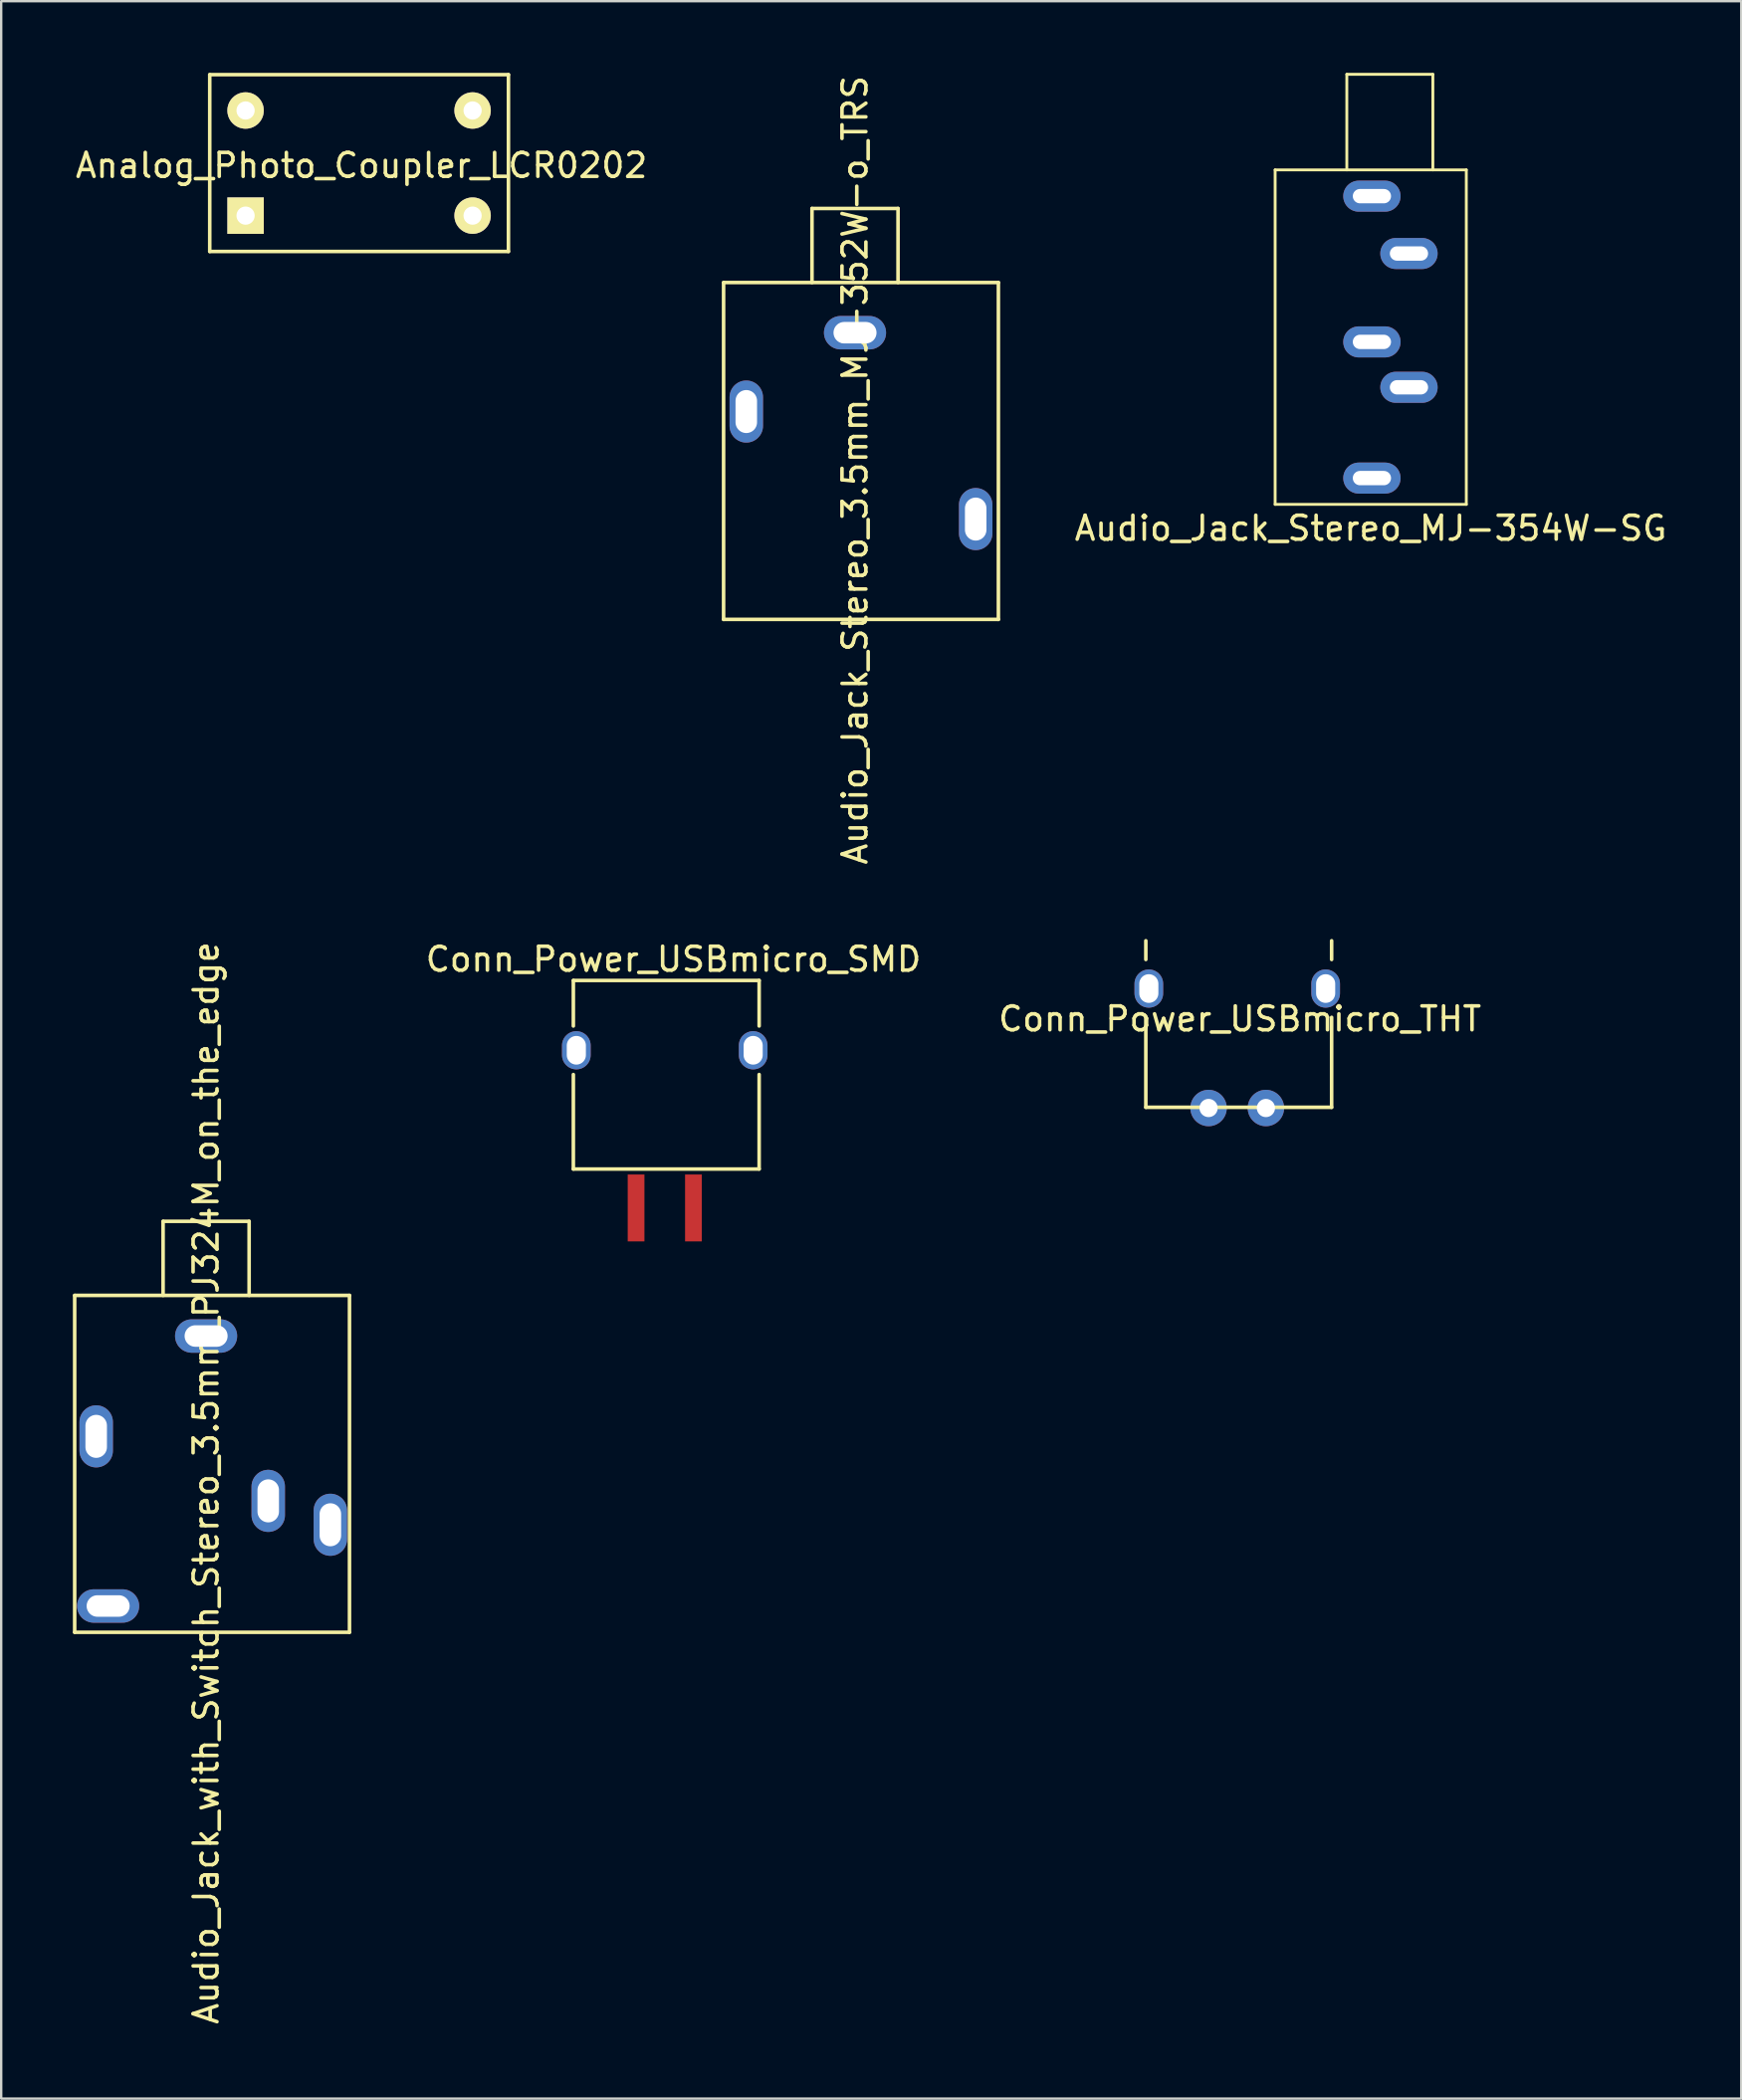
<source format=kicad_pcb>
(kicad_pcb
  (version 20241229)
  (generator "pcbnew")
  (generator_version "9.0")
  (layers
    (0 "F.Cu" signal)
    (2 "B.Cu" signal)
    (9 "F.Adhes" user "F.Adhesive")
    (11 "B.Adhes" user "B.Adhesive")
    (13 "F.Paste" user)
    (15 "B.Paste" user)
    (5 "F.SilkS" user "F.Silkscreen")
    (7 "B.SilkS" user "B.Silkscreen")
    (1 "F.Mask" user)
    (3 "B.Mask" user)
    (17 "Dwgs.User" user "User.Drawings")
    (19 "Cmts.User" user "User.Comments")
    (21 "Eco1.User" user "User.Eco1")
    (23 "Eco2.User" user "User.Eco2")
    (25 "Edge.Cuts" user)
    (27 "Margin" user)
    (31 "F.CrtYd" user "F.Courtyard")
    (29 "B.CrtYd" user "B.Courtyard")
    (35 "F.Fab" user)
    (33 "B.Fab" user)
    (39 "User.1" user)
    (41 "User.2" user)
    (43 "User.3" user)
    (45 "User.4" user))
  (footprint "Analog_Photo_Coupler_LCR0202"
    (layer "F.Cu")
    (at 5.727 7.475)
    (property "Reference" "Analog_Photo_Coupler_LCR0202" (at 6.35 -3.6 0) (layer "F.SilkS") (effects (font (size 1 1) (thickness 0.15))))
    (attr through_hole)
    (fp_line (start 0 -7.4) (end 12.5 -7.4) (stroke (width 0.15) (type solid)) (layer "F.SilkS"))
    (fp_line (start 0 0) (end 0 -7.4) (stroke (width 0.15) (type solid)) (layer "F.SilkS"))
    (fp_line (start 0 0) (end 12.5 0) (stroke (width 0.15) (type solid)) (layer "F.SilkS"))
    (fp_line (start 12.5 0) (end 12.5 -7.4) (stroke (width 0.15) (type solid)) (layer "F.SilkS"))
    (pad "1" thru_hole rect (at 1.5 -1.5) (size 1.524 1.524) (drill 0.762) (layers "*.Cu" "*.Mask" "F.SilkS"))
    (pad "2" thru_hole circle (at 1.5 -5.9) (size 1.524 1.524) (drill 0.762) (layers "*.Cu" "*.Mask" "F.SilkS"))
    (pad "3" thru_hole circle (at 11 -5.9) (size 1.524 1.524) (drill 0.762) (layers "*.Cu" "*.Mask" "F.SilkS"))
    (pad "4" thru_hole circle (at 11 -1.5) (size 1.524 1.524) (drill 0.762) (layers "*.Cu" "*.Mask" "F.SilkS")))
  (footprint "Audio_Jack_Stereo_3.5mm_MJ-352W-o_TRS"
    (layer "F.Cu")
    (at 32.73 10.875)
    (property "Reference" "Audio_Jack_Stereo_3.5mm_MJ-352W-o_TRS" (at 0 5.75 90) (layer "F.SilkS") (effects (font (size 1 1) (thickness 0.15))))
    (attr through_hole)
    (fp_line (start -5.5 -2.1) (end -5.5 12) (stroke (width 0.15) (type solid)) (layer "F.SilkS"))
    (fp_line (start -5.5 12) (end 6 12) (stroke (width 0.15) (type solid)) (layer "F.SilkS"))
    (fp_line (start -1.8 -5.2) (end 1.8 -5.2) (stroke (width 0.15) (type solid)) (layer "F.SilkS"))
    (fp_line (start -1.8 -2.1) (end -1.8 -5.2) (stroke (width 0.15) (type solid)) (layer "F.SilkS"))
    (fp_line (start 1.8 -5.2) (end 1.8 -2.1) (stroke (width 0.15) (type solid)) (layer "F.SilkS"))
    (fp_line (start 6 -2.1) (end -5.5 -2.1) (stroke (width 0.15) (type solid)) (layer "F.SilkS"))
    (fp_line (start 6 -2.1) (end 6 12) (stroke (width 0.15) (type solid)) (layer "F.SilkS"))
    (pad "R" thru_hole oval (at 5.05 7.8 90) (size 2.6 1.4) (drill oval 1.8 0.9) (layers "*.Cu" "*.Mask"))
    (pad "S" thru_hole oval (at 0 0) (size 2.6 1.4) (drill oval 1.8 0.9) (layers "*.Cu" "*.Mask"))
    (pad "T" thru_hole oval (at -4.55 3.3 90) (size 2.6 1.4) (drill oval 1.8 0.9) (layers "*.Cu" "*.Mask")))
  (footprint "Conn_Power_USBmicro_SMD"
    (layer "F.Cu")
    (at 21.068 40.908)
    (property "Reference" "Conn_Power_USBmicro_SMD" (at 4.064 -3.81 0) (layer "F.SilkS") (effects (font (size 1 1) (thickness 0.15))))
    (attr through_hole)
    (fp_line (start -0.125 -2.92) (end -0.125 -1.016) (stroke (width 0.15) (type solid)) (layer "F.SilkS"))
    (fp_line (start -0.125 1.016) (end -0.125 4.97) (stroke (width 0.15) (type solid)) (layer "F.SilkS"))
    (fp_line (start 7.65 -2.92) (end -0.125 -2.92) (stroke (width 0.15) (type solid)) (layer "F.SilkS"))
    (fp_line (start 7.65 -2.92) (end 7.65 -1.016) (stroke (width 0.15) (type solid)) (layer "F.SilkS"))
    (fp_line (start 7.65 1.016) (end 7.65 4.97) (stroke (width 0.15) (type solid)) (layer "F.SilkS"))
    (fp_line (start 7.65 4.97) (end -0.125 4.97) (stroke (width 0.15) (type solid)) (layer "F.SilkS"))
    (pad "1" smd rect (at 4.9 6.6) (size 0.7 2.8) (layers "F.Cu" "F.Mask" "F.Paste"))
    (pad "2" smd rect (at 2.5 6.6) (size 0.7 2.8) (layers "F.Cu" "F.Mask" "F.Paste"))
    (pad "3" thru_hole oval (at 0 0) (size 1.2 1.6) (drill oval 0.8 1.2) (layers "*.Cu" "*.Mask"))
    (pad "3" thru_hole oval (at 7.4 0) (size 1.2 1.6) (drill oval 0.8 1.2) (layers "*.Cu" "*.Mask")))
  (footprint "Conn_Power_USBmicro_THT"
    (layer "F.Cu")
    (at 45.025 38.325)
    (property "Reference" "Conn_Power_USBmicro_THT" (at 3.81 1.27 0) (layer "F.SilkS") (effects (font (size 1 1) (thickness 0.15))))
    (attr through_hole)
    (fp_line (start -0.125 -1.216) (end -0.125 -2) (stroke (width 0.15) (type solid)) (layer "F.SilkS"))
    (fp_line (start -0.125 1.206) (end -0.125 4.97) (stroke (width 0.15) (type solid)) (layer "F.SilkS"))
    (fp_line (start 7.65 -1.216) (end 7.65 -2) (stroke (width 0.15) (type solid)) (layer "F.SilkS"))
    (fp_line (start 7.65 1.206) (end 7.65 4.97) (stroke (width 0.15) (type solid)) (layer "F.SilkS"))
    (fp_line (start 7.65 4.97) (end -0.125 4.97) (stroke (width 0.15) (type solid)) (layer "F.SilkS"))
    (pad "1" thru_hole circle (at 4.9 5) (size 1.524 1.524) (drill 0.762) (layers "*.Cu" "*.Mask"))
    (pad "2" thru_hole circle (at 2.5 5) (size 1.524 1.524) (drill 0.762) (layers "*.Cu" "*.Mask"))
    (pad "3" thru_hole oval (at 0 0) (size 1.2 1.6) (drill oval 0.8 1.2) (layers "*.Cu" "*.Mask"))
    (pad "3" thru_hole oval (at 7.4 0) (size 1.2 1.6) (drill oval 0.8 1.2) (layers "*.Cu" "*.Mask")))
  (footprint "Audio_Jack_Stereo_MJ-354W-SG"
    (layer "F.Cu")
    (at 54.361 5.16)
    (property "Reference" "Audio_Jack_Stereo_MJ-354W-SG" (at -0.05 13.9 0) (layer "F.SilkS") (effects (font (size 1 1) (thickness 0.15))))
    (attr through_hole)
    (fp_line (start -4.05 -1.1) (end 3.95 -1.1) (stroke (width 0.12) (type solid)) (layer "F.SilkS"))
    (fp_line (start -4.05 12.9) (end -4.05 -1.1) (stroke (width 0.12) (type solid)) (layer "F.SilkS"))
    (fp_line (start -1.05 -5.1) (end 2.55 -5.1) (stroke (width 0.12) (type solid)) (layer "F.SilkS"))
    (fp_line (start -1.05 -1.1) (end -1.05 -5.1) (stroke (width 0.12) (type solid)) (layer "F.SilkS"))
    (fp_line (start 2.55 -5.1) (end 2.55 -1.1) (stroke (width 0.12) (type solid)) (layer "F.SilkS"))
    (fp_line (start 3.95 -1.1) (end 3.95 12.9) (stroke (width 0.12) (type solid)) (layer "F.SilkS"))
    (fp_line (start 3.95 12.9) (end -4.05 12.9) (stroke (width 0.12) (type solid)) (layer "F.SilkS"))
    (pad "R" thru_hole oval (at 1.55 8) (size 2.4 1.3) (drill oval 1.6 0.6) (layers "*.Cu" "*.Mask"))
    (pad "RN" thru_hole oval (at 0 6.1) (size 2.4 1.3) (drill oval 1.6 0.6) (layers "*.Cu" "*.Mask"))
    (pad "S" thru_hole oval (at 0 0) (size 2.4 1.3) (drill oval 1.6 0.6) (layers "*.Cu" "*.Mask"))
    (pad "T" thru_hole oval (at 1.55 2.4) (size 2.4 1.3) (drill oval 1.6 0.6) (layers "*.Cu" "*.Mask"))
    (pad "TN" thru_hole oval (at 0 11.8) (size 2.4 1.3) (drill oval 1.6 0.6) (layers "*.Cu" "*.Mask")))
  (footprint "Audio_Jack_with_Switch_Stereo_3.5mm_PJ324M_on_the_edge"
    (layer "F.Cu")
    (at 5.575 52.868)
    (property "Reference" "Audio_Jack_with_Switch_Stereo_3.5mm_PJ324M_on_the_edge" (at 0 6.15 90) (layer "F.SilkS") (effects (font (size 1 1) (thickness 0.15))))
    (attr through_hole)
    (fp_line (start -5.5 -1.7) (end -5.5 12.4) (stroke (width 0.15) (type solid)) (layer "F.SilkS"))
    (fp_line (start -5.5 12.4) (end 6 12.4) (stroke (width 0.15) (type solid)) (layer "F.SilkS"))
    (fp_line (start -1.8 -4.8) (end 1.8 -4.8) (stroke (width 0.15) (type solid)) (layer "F.SilkS"))
    (fp_line (start -1.8 -1.7) (end -1.8 -4.8) (stroke (width 0.15) (type solid)) (layer "F.SilkS"))
    (fp_line (start 1.8 -4.8) (end 1.8 -1.7) (stroke (width 0.15) (type solid)) (layer "F.SilkS"))
    (fp_line (start 6 -1.7) (end -5.5 -1.7) (stroke (width 0.15) (type solid)) (layer "F.SilkS"))
    (fp_line (start 6 -1.7) (end 6 12.4) (stroke (width 0.15) (type solid)) (layer "F.SilkS"))
    (pad "R" thru_hole oval (at 5.2 7.9 90) (size 2.6 1.4) (drill oval 1.8 0.9) (layers "*.Cu" "*.Mask"))
    (pad "RN" thru_hole oval (at 2.6 6.9 90) (size 2.6 1.4) (drill oval 1.8 0.9) (layers "*.Cu" "*.Mask"))
    (pad "S" thru_hole oval (at 0 0) (size 2.6 1.4) (drill oval 1.8 0.9) (layers "*.Cu" "*.Mask"))
    (pad "T" thru_hole oval (at -4.6 4.2 90) (size 2.6 1.4) (drill oval 1.8 0.9) (layers "*.Cu" "*.Mask"))
    (pad "TN" thru_hole oval (at -4.1 11.3 90) (size 1.4 2.6) (drill oval 0.9 1.8) (layers "*.Cu" "*.Mask")))
  (gr_rect
    (start -3 -3)
    (end 69.817 84.786)
    (stroke (width 0.1) (type default))
    (fill no)
    (layer "Edge.Cuts")))
</source>
